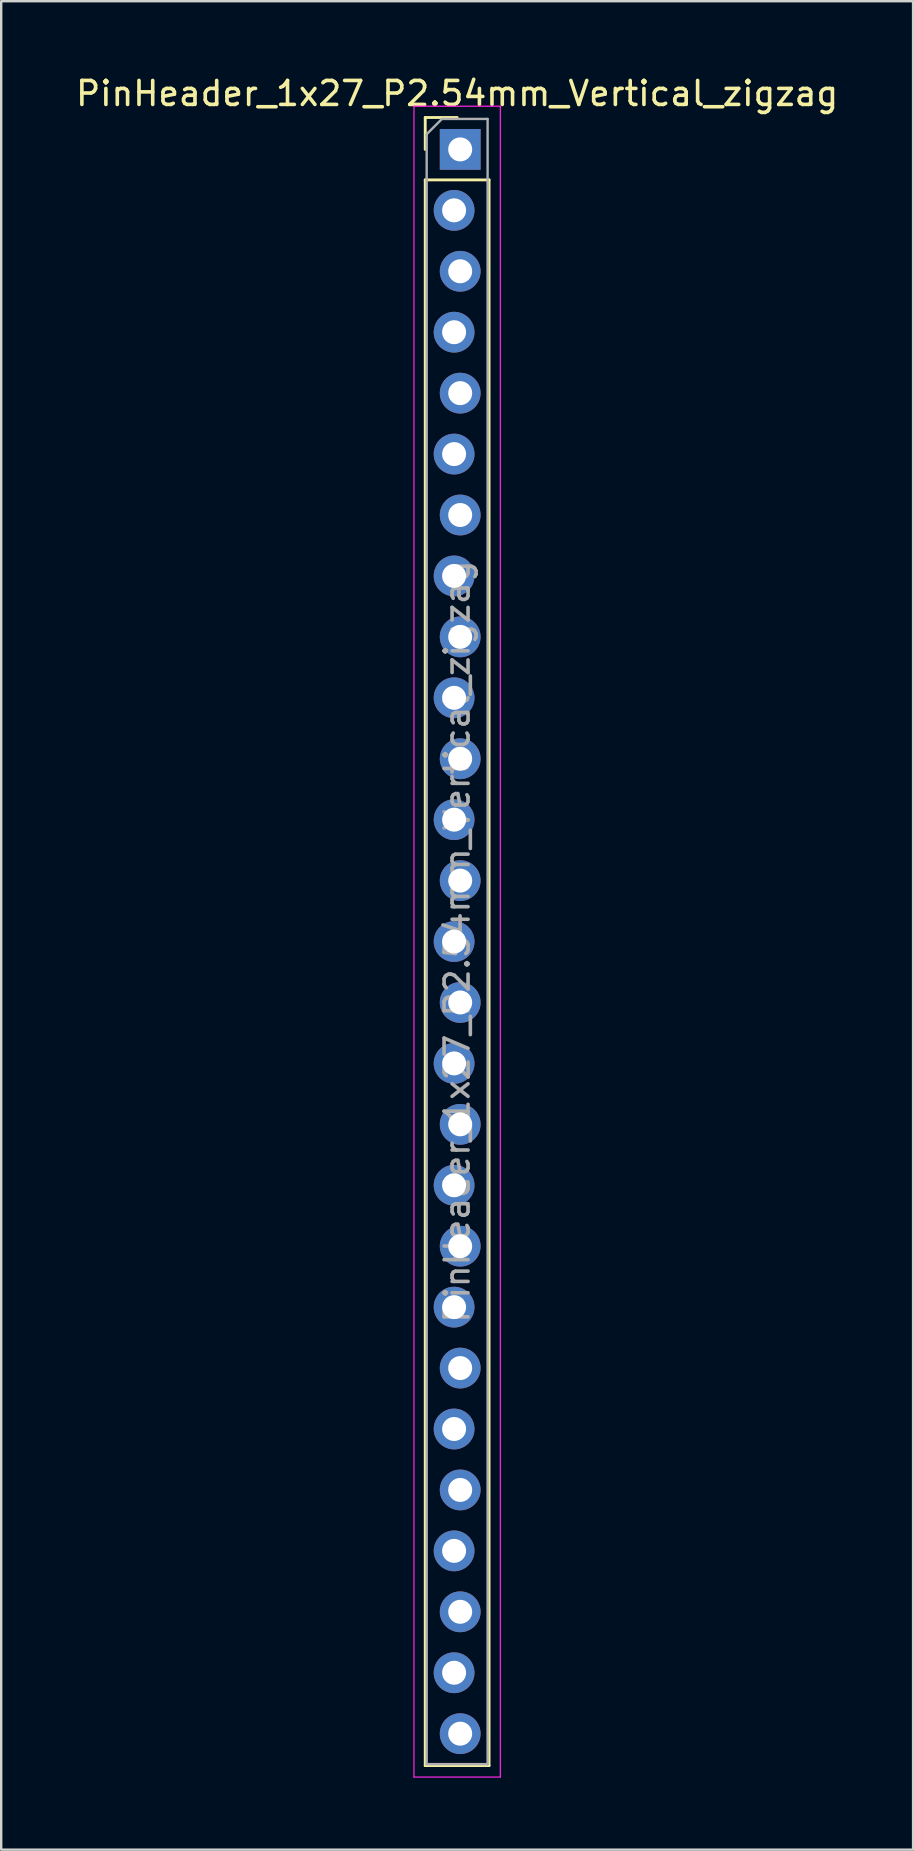
<source format=kicad_pcb>
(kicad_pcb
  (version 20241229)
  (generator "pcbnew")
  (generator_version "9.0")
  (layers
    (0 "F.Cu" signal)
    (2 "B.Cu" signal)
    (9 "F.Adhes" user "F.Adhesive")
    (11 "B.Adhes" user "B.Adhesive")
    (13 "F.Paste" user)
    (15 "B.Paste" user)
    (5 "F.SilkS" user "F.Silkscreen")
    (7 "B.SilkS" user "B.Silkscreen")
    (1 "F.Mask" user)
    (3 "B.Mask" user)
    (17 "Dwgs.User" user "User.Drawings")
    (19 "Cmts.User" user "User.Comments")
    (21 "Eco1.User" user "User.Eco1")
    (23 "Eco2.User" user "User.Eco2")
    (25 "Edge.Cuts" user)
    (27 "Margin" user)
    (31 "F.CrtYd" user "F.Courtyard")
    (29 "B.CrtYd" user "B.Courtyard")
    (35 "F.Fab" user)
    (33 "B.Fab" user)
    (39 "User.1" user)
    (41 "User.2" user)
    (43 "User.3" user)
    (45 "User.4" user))
  (footprint "PinHeader_1x27_P2.54mm_Vertical_zigzag"
    (layer "F.Cu")
    (at 16.006 3.178)
    (property "Reference" "PinHeader_1x27_P2.54mm_Vertical_zigzag" (at 0 -2.33 0) (layer "F.SilkS") (effects (font (size 1 1) (thickness 0.15))))
    (attr through_hole)
    (fp_line (start -1.33 -1.33) (end 0 -1.33) (stroke (width 0.12) (type solid)) (layer "F.SilkS"))
    (fp_line (start -1.33 0) (end -1.33 -1.33) (stroke (width 0.12) (type solid)) (layer "F.SilkS"))
    (fp_line (start -1.33 1.27) (end -1.33 67.37) (stroke (width 0.12) (type solid)) (layer "F.SilkS"))
    (fp_line (start -1.33 1.27) (end 1.33 1.27) (stroke (width 0.12) (type solid)) (layer "F.SilkS"))
    (fp_line (start -1.33 67.37) (end 1.33 67.37) (stroke (width 0.12) (type solid)) (layer "F.SilkS"))
    (fp_line (start 1.33 1.27) (end 1.33 67.37) (stroke (width 0.12) (type solid)) (layer "F.SilkS"))
    (fp_line (start -1.8 -1.8) (end -1.8 67.85) (stroke (width 0.05) (type solid)) (layer "F.CrtYd"))
    (fp_line (start -1.8 67.85) (end 1.8 67.85) (stroke (width 0.05) (type solid)) (layer "F.CrtYd"))
    (fp_line (start 1.8 -1.8) (end -1.8 -1.8) (stroke (width 0.05) (type solid)) (layer "F.CrtYd"))
    (fp_line (start 1.8 67.85) (end 1.8 -1.8) (stroke (width 0.05) (type solid)) (layer "F.CrtYd"))
    (fp_line (start -1.27 -0.635) (end -0.635 -1.27) (stroke (width 0.1) (type solid)) (layer "F.Fab"))
    (fp_line (start -1.27 67.31) (end -1.27 -0.635) (stroke (width 0.1) (type solid)) (layer "F.Fab"))
    (fp_line (start -0.635 -1.27) (end 1.27 -1.27) (stroke (width 0.1) (type solid)) (layer "F.Fab"))
    (fp_line (start 1.27 -1.27) (end 1.27 67.31) (stroke (width 0.1) (type solid)) (layer "F.Fab"))
    (fp_line (start 1.27 67.31) (end -1.27 67.31) (stroke (width 0.1) (type solid)) (layer "F.Fab"))
    (fp_text user "${REFERENCE}" (at 0 33.02 90) (layer "F.Fab") (effects (font (size 1 1) (thickness 0.15))))
    (pad "1" thru_hole rect (at 0.127 0) (size 1.7 1.7) (drill 1) (layers "*.Cu" "*.Mask"))
    (pad "2" thru_hole oval (at -0.127 2.54) (size 1.7 1.7) (drill 1) (layers "*.Cu" "*.Mask"))
    (pad "3" thru_hole oval (at 0.127 5.08) (size 1.7 1.7) (drill 1) (layers "*.Cu" "*.Mask"))
    (pad "4" thru_hole oval (at -0.127 7.62) (size 1.7 1.7) (drill 1) (layers "*.Cu" "*.Mask"))
    (pad "5" thru_hole oval (at 0.127 10.16) (size 1.7 1.7) (drill 1) (layers "*.Cu" "*.Mask"))
    (pad "6" thru_hole oval (at -0.127 12.7) (size 1.7 1.7) (drill 1) (layers "*.Cu" "*.Mask"))
    (pad "7" thru_hole oval (at 0.127 15.24) (size 1.7 1.7) (drill 1) (layers "*.Cu" "*.Mask"))
    (pad "8" thru_hole oval (at -0.127 17.78) (size 1.7 1.7) (drill 1) (layers "*.Cu" "*.Mask"))
    (pad "9" thru_hole oval (at 0.127 20.32) (size 1.7 1.7) (drill 1) (layers "*.Cu" "*.Mask"))
    (pad "10" thru_hole oval (at -0.127 22.86) (size 1.7 1.7) (drill 1) (layers "*.Cu" "*.Mask"))
    (pad "11" thru_hole oval (at 0.127 25.4) (size 1.7 1.7) (drill 1) (layers "*.Cu" "*.Mask"))
    (pad "12" thru_hole oval (at -0.127 27.94) (size 1.7 1.7) (drill 1) (layers "*.Cu" "*.Mask"))
    (pad "13" thru_hole oval (at 0.127 30.48) (size 1.7 1.7) (drill 1) (layers "*.Cu" "*.Mask"))
    (pad "14" thru_hole oval (at -0.127 33.02) (size 1.7 1.7) (drill 1) (layers "*.Cu" "*.Mask"))
    (pad "15" thru_hole oval (at 0.127 35.56) (size 1.7 1.7) (drill 1) (layers "*.Cu" "*.Mask"))
    (pad "16" thru_hole oval (at -0.127 38.1) (size 1.7 1.7) (drill 1) (layers "*.Cu" "*.Mask"))
    (pad "17" thru_hole oval (at 0.127 40.64) (size 1.7 1.7) (drill 1) (layers "*.Cu" "*.Mask"))
    (pad "18" thru_hole oval (at -0.127 43.18) (size 1.7 1.7) (drill 1) (layers "*.Cu" "*.Mask"))
    (pad "19" thru_hole oval (at 0.127 45.72) (size 1.7 1.7) (drill 1) (layers "*.Cu" "*.Mask"))
    (pad "20" thru_hole oval (at -0.127 48.26) (size 1.7 1.7) (drill 1) (layers "*.Cu" "*.Mask"))
    (pad "21" thru_hole oval (at 0.127 50.8) (size 1.7 1.7) (drill 1) (layers "*.Cu" "*.Mask"))
    (pad "22" thru_hole oval (at -0.127 53.34) (size 1.7 1.7) (drill 1) (layers "*.Cu" "*.Mask"))
    (pad "23" thru_hole oval (at 0.127 55.88) (size 1.7 1.7) (drill 1) (layers "*.Cu" "*.Mask"))
    (pad "24" thru_hole oval (at -0.127 58.42) (size 1.7 1.7) (drill 1) (layers "*.Cu" "*.Mask"))
    (pad "25" thru_hole oval (at 0.127 60.96) (size 1.7 1.7) (drill 1) (layers "*.Cu" "*.Mask"))
    (pad "26" thru_hole oval (at -0.127 63.5) (size 1.7 1.7) (drill 1) (layers "*.Cu" "*.Mask"))
    (pad "27" thru_hole oval (at 0.127 66.04) (size 1.7 1.7) (drill 1) (layers "*.Cu" "*.Mask")))
  (gr_rect
    (start -3 -3)
    (end 35.012 74.053)
    (stroke (width 0.1) (type default))
    (fill no)
    (layer "Edge.Cuts")))
</source>
